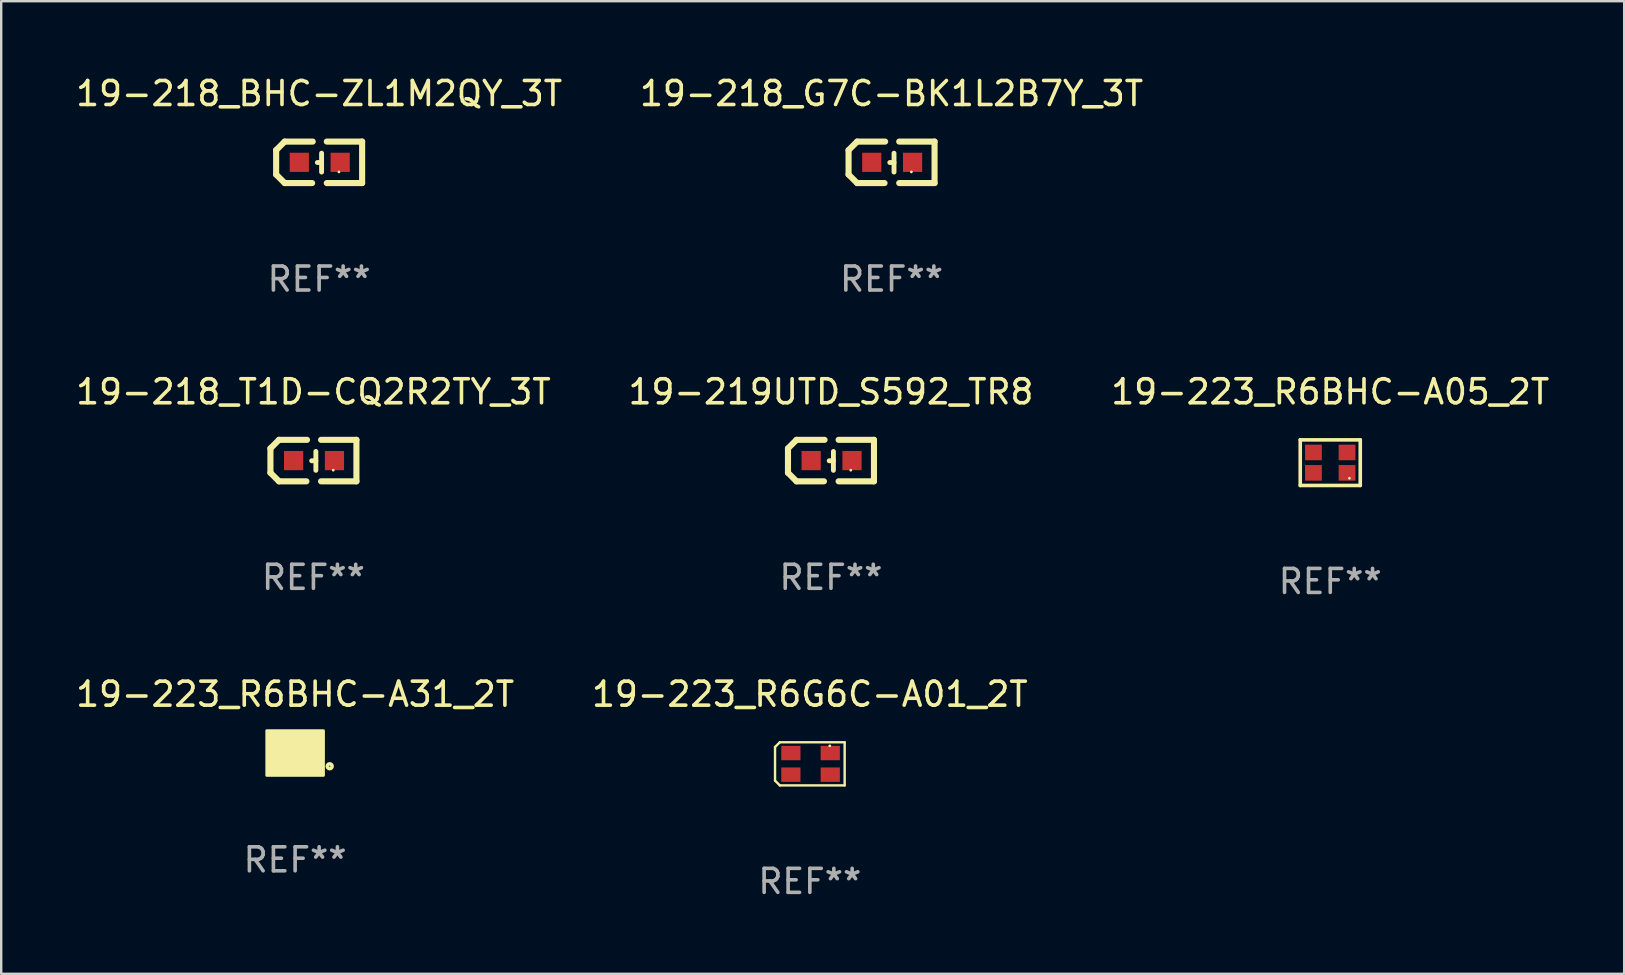
<source format=kicad_pcb>
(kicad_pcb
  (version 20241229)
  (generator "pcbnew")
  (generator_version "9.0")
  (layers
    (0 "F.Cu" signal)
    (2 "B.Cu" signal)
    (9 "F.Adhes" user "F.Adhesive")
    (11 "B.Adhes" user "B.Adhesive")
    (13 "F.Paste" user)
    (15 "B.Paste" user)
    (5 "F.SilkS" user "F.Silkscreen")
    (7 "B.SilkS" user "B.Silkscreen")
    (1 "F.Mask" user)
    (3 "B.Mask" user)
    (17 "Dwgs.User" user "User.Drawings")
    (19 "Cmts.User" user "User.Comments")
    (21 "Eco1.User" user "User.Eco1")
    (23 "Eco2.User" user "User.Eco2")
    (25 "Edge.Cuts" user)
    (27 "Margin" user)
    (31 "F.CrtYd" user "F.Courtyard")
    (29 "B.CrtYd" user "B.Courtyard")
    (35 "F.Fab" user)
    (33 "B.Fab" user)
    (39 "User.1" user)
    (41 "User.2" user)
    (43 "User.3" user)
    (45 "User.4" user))
  (footprint "19-223_R6BHC-A05_2T"
    (layer "F.Cu")
    (at 52.363 16.222)
    (property "Reference" "19-223_R6BHC-A05_2T" (at 0 -2.95 0) (layer "F.SilkS") (effects (font (size 1 1) (thickness 0.15))))
    (attr through_hole)
    (fp_line (start -1.25 -0.95) (end -1.25 0.95) (stroke (width 0.15) (type solid)) (layer "F.SilkS"))
    (fp_line (start -1.25 -0.95) (end 1.25 -0.95) (stroke (width 0.15) (type solid)) (layer "F.SilkS"))
    (fp_line (start -1.25 0.95) (end 1.25 0.95) (stroke (width 0.15) (type solid)) (layer "F.SilkS"))
    (fp_line (start 1.25 -0.95) (end 1.25 0.95) (stroke (width 0.15) (type solid)) (layer "F.SilkS"))
    (fp_circle (center 0.8 0.65) (end 0.83 0.65) (stroke (width 0.06) (type solid)) (fill no) (layer "F.SilkS"))
    (fp_text user "REF**" (at 0 4.95 0) (layer "F.Fab") (effects (font (size 1 1) (thickness 0.15))))
    (pad "1" smd rect (at 0.7 0.425) (size 0.7 0.65) (layers "F.Cu" "F.Mask" "F.Paste"))
    (pad "2" smd rect (at -0.7 0.425) (size 0.7 0.65) (layers "F.Cu" "F.Mask" "F.Paste"))
    (pad "3" smd rect (at 0.7 -0.425) (size 0.7 0.65) (layers "F.Cu" "F.Mask" "F.Paste"))
    (pad "4" smd rect (at -0.7 -0.425) (size 0.7 0.65) (layers "F.Cu" "F.Mask" "F.Paste")))
  (footprint "19-223_R6BHC-A31_2T"
    (layer "F.Cu")
    (at 9.244 28.319)
    (property "Reference" "19-223_R6BHC-A31_2T" (at 0 -2.45 0) (layer "F.SilkS") (effects (font (size 1 1) (thickness 0.15))))
    (attr through_hole)
    (fp_circle (center 0.8 0.75) (end 0.83 0.75) (stroke (width 0.06) (type solid)) (fill no) (layer "F.SilkS"))
    (fp_circle (center 1.44 0.55) (end 1.54 0.55) (stroke (width 0.15) (type solid)) (fill no) (layer "F.SilkS"))
    (fp_poly (pts (xy -1.18 -0.93) (xy 1.18 -0.93) (xy 1.18 0.93) (xy -1.18 0.93)) (stroke (width 0.12) (type solid)) (fill yes) (layer "F.SilkS"))
    (fp_text user "REF**" (at 0 4.45 0) (layer "F.Fab") (effects (font (size 1 1) (thickness 0.15))))
    (pad "1" smd rect (at 0.725 0.45 90) (size 0.6 0.55) (layers "F.Cu" "F.Mask" "F.Paste"))
    (pad "2" smd rect (at -0.725 0.45 90) (size 0.6 0.55) (layers "F.Cu" "F.Mask" "F.Paste"))
    (pad "3" smd rect (at 0.725 -0.45 90) (size 0.6 0.55) (layers "F.Cu" "F.Mask" "F.Paste"))
    (pad "4" smd rect (at -0.725 -0.45 90) (size 0.6 0.55) (layers "F.Cu" "F.Mask" "F.Paste")))
  (footprint "19-218_BHC-ZL1M2QY_3T"
    (layer "F.Cu")
    (at 10.244 3.712)
    (property "Reference" "19-218_BHC-ZL1M2QY_3T" (at 0 -2.864 0) (layer "F.SilkS") (effects (font (size 1 1) (thickness 0.15))))
    (attr through_hole)
    (fp_line (start -1.791 -0.508) (end -1.435 -0.864) (stroke (width 0.254) (type solid)) (layer "F.SilkS"))
    (fp_line (start -1.791 0.508) (end -1.791 -0.508) (stroke (width 0.254) (type solid)) (layer "F.SilkS"))
    (fp_line (start -1.435 0.864) (end -1.791 0.508) (stroke (width 0.254) (type solid)) (layer "F.SilkS"))
    (fp_line (start -0.292 0.864) (end -1.435 0.864) (stroke (width 0.254) (type solid)) (layer "F.SilkS"))
    (fp_line (start -0.267 -0.864) (end -1.435 -0.864) (stroke (width 0.254) (type solid)) (layer "F.SilkS"))
    (fp_line (start 0.102 0.008) (end -0.074 0.008) (stroke (width 0.203) (type solid)) (layer "F.SilkS"))
    (fp_line (start 0.102 0.406) (end 0.102 -0.381) (stroke (width 0.203) (type solid)) (layer "F.SilkS"))
    (fp_line (start 1.791 -0.864) (end 0.318 -0.864) (stroke (width 0.254) (type solid)) (layer "F.SilkS"))
    (fp_line (start 1.791 0.864) (end 0.318 0.864) (stroke (width 0.254) (type solid)) (layer "F.SilkS"))
    (fp_line (start 1.791 0.864) (end 1.791 -0.864) (stroke (width 0.254) (type solid)) (layer "F.SilkS"))
    (fp_circle (center 0.825 0.4) (end 0.855 0.4) (stroke (width 0.06) (type solid)) (fill no) (layer "F.SilkS"))
    (fp_text user "REF**" (at 0 4.864 0) (layer "F.Fab") (effects (font (size 1 1) (thickness 0.15))))
    (pad "1" smd rect (at 0.876 0 90) (size 0.8 0.8) (layers "F.Cu" "F.Mask" "F.Paste"))
    (pad "2" smd rect (at -0.826 0 90) (size 0.8 0.8) (layers "F.Cu" "F.Mask" "F.Paste")))
  (footprint "19-218_G7C-BK1L2B7Y_3T"
    (layer "F.Cu")
    (at 34.089 3.712)
    (property "Reference" "19-218_G7C-BK1L2B7Y_3T" (at 0 -2.864 0) (layer "F.SilkS") (effects (font (size 1 1) (thickness 0.15))))
    (attr through_hole)
    (fp_line (start -1.791 -0.508) (end -1.435 -0.864) (stroke (width 0.254) (type solid)) (layer "F.SilkS"))
    (fp_line (start -1.791 0.508) (end -1.791 -0.508) (stroke (width 0.254) (type solid)) (layer "F.SilkS"))
    (fp_line (start -1.435 0.864) (end -1.791 0.508) (stroke (width 0.254) (type solid)) (layer "F.SilkS"))
    (fp_line (start -0.292 0.864) (end -1.435 0.864) (stroke (width 0.254) (type solid)) (layer "F.SilkS"))
    (fp_line (start -0.267 -0.864) (end -1.435 -0.864) (stroke (width 0.254) (type solid)) (layer "F.SilkS"))
    (fp_line (start 0.102 0.008) (end -0.074 0.008) (stroke (width 0.203) (type solid)) (layer "F.SilkS"))
    (fp_line (start 0.102 0.406) (end 0.102 -0.381) (stroke (width 0.203) (type solid)) (layer "F.SilkS"))
    (fp_line (start 1.791 -0.864) (end 0.318 -0.864) (stroke (width 0.254) (type solid)) (layer "F.SilkS"))
    (fp_line (start 1.791 0.864) (end 0.318 0.864) (stroke (width 0.254) (type solid)) (layer "F.SilkS"))
    (fp_line (start 1.791 0.864) (end 1.791 -0.864) (stroke (width 0.254) (type solid)) (layer "F.SilkS"))
    (fp_circle (center 0.825 0.4) (end 0.855 0.4) (stroke (width 0.06) (type solid)) (fill no) (layer "F.SilkS"))
    (fp_text user "REF**" (at 0 4.864 0) (layer "F.Fab") (effects (font (size 1 1) (thickness 0.15))))
    (pad "1" smd rect (at 0.876 0 90) (size 0.8 0.8) (layers "F.Cu" "F.Mask" "F.Paste"))
    (pad "2" smd rect (at -0.826 0 90) (size 0.8 0.8) (layers "F.Cu" "F.Mask" "F.Paste")))
  (footprint "19-223_R6G6C-A01_2T"
    (layer "F.Cu")
    (at 30.685 28.768)
    (property "Reference" "19-223_R6G6C-A01_2T" (at 0 -2.899 0) (layer "F.SilkS") (effects (font (size 1 1) (thickness 0.15))))
    (attr through_hole)
    (fp_line (start -1.45 -0.701) (end -1.25 -0.899) (stroke (width 0.1) (type solid)) (layer "F.SilkS"))
    (fp_line (start -1.45 0.701) (end -1.45 -0.701) (stroke (width 0.1) (type solid)) (layer "F.SilkS"))
    (fp_line (start -1.25 -0.899) (end 1.45 -0.899) (stroke (width 0.1) (type solid)) (layer "F.SilkS"))
    (fp_line (start -1.25 0.899) (end -1.45 0.701) (stroke (width 0.1) (type solid)) (layer "F.SilkS"))
    (fp_line (start 1.45 -0.899) (end 1.45 0.899) (stroke (width 0.1) (type solid)) (layer "F.SilkS"))
    (fp_line (start 1.45 0.899) (end -1.25 0.899) (stroke (width 0.1) (type solid)) (layer "F.SilkS"))
    (fp_circle (center 0.83 -0.749) (end 0.86 -0.749) (stroke (width 0.06) (type solid)) (fill no) (layer "F.SilkS"))
    (fp_text user "REF**" (at 0 4.899 0) (layer "F.Fab") (effects (font (size 1 1) (thickness 0.15))))
    (pad "1" smd rect (at 0.85 -0.449) (size 0.8 0.6) (layers "F.Cu" "F.Mask" "F.Paste"))
    (pad "2" smd rect (at 0.85 0.451) (size 0.8 0.6) (layers "F.Cu" "F.Mask" "F.Paste"))
    (pad "3" smd rect (at -0.79 0.451) (size 0.8 0.6) (layers "F.Cu" "F.Mask" "F.Paste"))
    (pad "4" smd rect (at -0.79 -0.449) (size 0.8 0.6) (layers "F.Cu" "F.Mask" "F.Paste")))
  (footprint "19-219UTD_S592_TR8"
    (layer "F.Cu")
    (at 31.565 16.136)
    (property "Reference" "19-219UTD_S592_TR8" (at 0 -2.864 0) (layer "F.SilkS") (effects (font (size 1 1) (thickness 0.15))))
    (attr through_hole)
    (fp_line (start -1.791 -0.508) (end -1.435 -0.864) (stroke (width 0.254) (type solid)) (layer "F.SilkS"))
    (fp_line (start -1.791 0.508) (end -1.791 -0.508) (stroke (width 0.254) (type solid)) (layer "F.SilkS"))
    (fp_line (start -1.435 0.864) (end -1.791 0.508) (stroke (width 0.254) (type solid)) (layer "F.SilkS"))
    (fp_line (start -0.292 0.864) (end -1.435 0.864) (stroke (width 0.254) (type solid)) (layer "F.SilkS"))
    (fp_line (start -0.267 -0.864) (end -1.435 -0.864) (stroke (width 0.254) (type solid)) (layer "F.SilkS"))
    (fp_line (start 0.102 0.008) (end -0.074 0.008) (stroke (width 0.203) (type solid)) (layer "F.SilkS"))
    (fp_line (start 0.102 0.406) (end 0.102 -0.381) (stroke (width 0.203) (type solid)) (layer "F.SilkS"))
    (fp_line (start 1.791 -0.864) (end 0.318 -0.864) (stroke (width 0.254) (type solid)) (layer "F.SilkS"))
    (fp_line (start 1.791 0.864) (end 0.318 0.864) (stroke (width 0.254) (type solid)) (layer "F.SilkS"))
    (fp_line (start 1.791 0.864) (end 1.791 -0.864) (stroke (width 0.254) (type solid)) (layer "F.SilkS"))
    (fp_circle (center 0.825 0.4) (end 0.855 0.4) (stroke (width 0.06) (type solid)) (fill no) (layer "F.SilkS"))
    (fp_text user "REF**" (at 0 4.864 0) (layer "F.Fab") (effects (font (size 1 1) (thickness 0.15))))
    (pad "1" smd rect (at 0.876 0 90) (size 0.8 0.8) (layers "F.Cu" "F.Mask" "F.Paste"))
    (pad "2" smd rect (at -0.826 0 90) (size 0.8 0.8) (layers "F.Cu" "F.Mask" "F.Paste")))
  (footprint "19-218_T1D-CQ2R2TY_3T"
    (layer "F.Cu")
    (at 10.006 16.136)
    (property "Reference" "19-218_T1D-CQ2R2TY_3T" (at 0 -2.864 0) (layer "F.SilkS") (effects (font (size 1 1) (thickness 0.15))))
    (attr through_hole)
    (fp_line (start -1.791 -0.508) (end -1.435 -0.864) (stroke (width 0.254) (type solid)) (layer "F.SilkS"))
    (fp_line (start -1.791 0.508) (end -1.791 -0.508) (stroke (width 0.254) (type solid)) (layer "F.SilkS"))
    (fp_line (start -1.435 0.864) (end -1.791 0.508) (stroke (width 0.254) (type solid)) (layer "F.SilkS"))
    (fp_line (start -0.292 0.864) (end -1.435 0.864) (stroke (width 0.254) (type solid)) (layer "F.SilkS"))
    (fp_line (start -0.267 -0.864) (end -1.435 -0.864) (stroke (width 0.254) (type solid)) (layer "F.SilkS"))
    (fp_line (start 0.102 0.008) (end -0.074 0.008) (stroke (width 0.203) (type solid)) (layer "F.SilkS"))
    (fp_line (start 0.102 0.406) (end 0.102 -0.381) (stroke (width 0.203) (type solid)) (layer "F.SilkS"))
    (fp_line (start 1.791 -0.864) (end 0.318 -0.864) (stroke (width 0.254) (type solid)) (layer "F.SilkS"))
    (fp_line (start 1.791 0.864) (end 0.318 0.864) (stroke (width 0.254) (type solid)) (layer "F.SilkS"))
    (fp_line (start 1.791 0.864) (end 1.791 -0.864) (stroke (width 0.254) (type solid)) (layer "F.SilkS"))
    (fp_circle (center 0.825 0.4) (end 0.855 0.4) (stroke (width 0.06) (type solid)) (fill no) (layer "F.SilkS"))
    (fp_text user "REF**" (at 0 4.864 0) (layer "F.Fab") (effects (font (size 1 1) (thickness 0.15))))
    (pad "1" smd rect (at 0.876 0 90) (size 0.8 0.8) (layers "F.Cu" "F.Mask" "F.Paste"))
    (pad "2" smd rect (at -0.826 0 90) (size 0.8 0.8) (layers "F.Cu" "F.Mask" "F.Paste")))
  (gr_rect
    (start -3 -3)
    (end 64.607 37.515)
    (stroke (width 0.1) (type default))
    (fill no)
    (layer "Edge.Cuts")))
</source>
